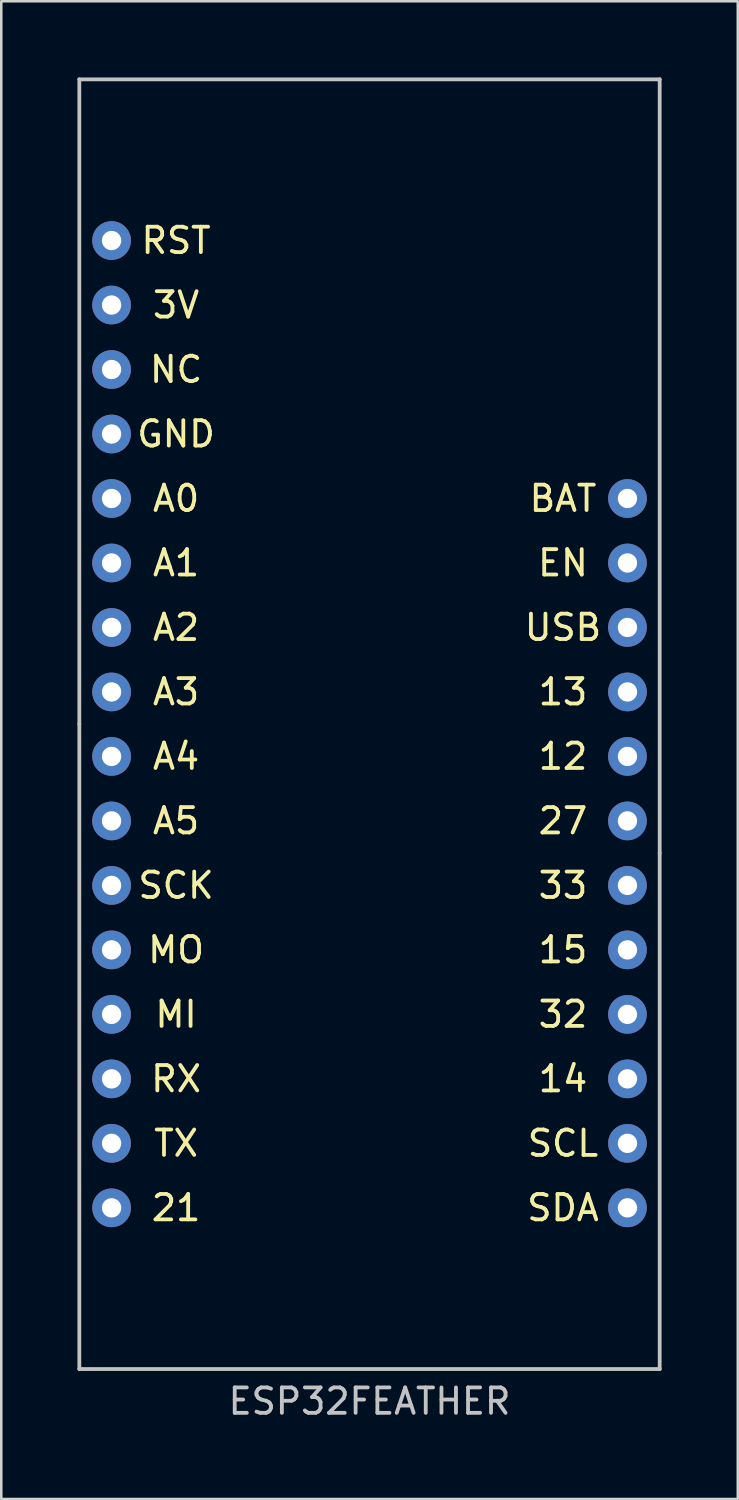
<source format=kicad_pcb>
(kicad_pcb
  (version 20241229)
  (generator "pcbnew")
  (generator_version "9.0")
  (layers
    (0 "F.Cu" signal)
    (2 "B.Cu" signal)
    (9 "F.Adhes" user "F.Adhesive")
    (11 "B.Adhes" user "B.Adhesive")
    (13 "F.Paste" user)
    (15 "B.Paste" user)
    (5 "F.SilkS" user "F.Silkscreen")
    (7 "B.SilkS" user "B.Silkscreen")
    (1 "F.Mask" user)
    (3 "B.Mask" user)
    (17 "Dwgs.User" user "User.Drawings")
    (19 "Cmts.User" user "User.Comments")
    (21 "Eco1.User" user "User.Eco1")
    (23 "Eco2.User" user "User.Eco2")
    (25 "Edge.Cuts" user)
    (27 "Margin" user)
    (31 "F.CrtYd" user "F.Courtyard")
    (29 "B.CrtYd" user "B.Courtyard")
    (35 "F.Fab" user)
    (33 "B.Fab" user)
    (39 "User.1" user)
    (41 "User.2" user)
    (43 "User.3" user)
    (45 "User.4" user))
  (footprint "ESP32FEATHER"
    (layer "F.Cu")
    (at 11.505 47.065)
    (property "Reference" "ESP32FEATHER" (at 0 5.08 0) (layer "Dwgs.User") (effects (font (size 1 1) (thickness 0.15))))
    (attr through_hole)
    (fp_line (start -11.43 -21.59) (end -11.43 -46.99) (stroke (width 0.15) (type solid)) (layer "Dwgs.User"))
    (fp_line (start -11.43 -21.59) (end -11.43 3.81) (stroke (width 0.15) (type solid)) (layer "Dwgs.User"))
    (fp_line (start -11.43 3.81) (end 11.43 3.81) (stroke (width 0.15) (type solid)) (layer "Dwgs.User"))
    (fp_line (start 11.43 -46.99) (end -11.43 -46.99) (stroke (width 0.15) (type solid)) (layer "Dwgs.User"))
    (fp_line (start 11.43 -16.51) (end 11.43 -46.99) (stroke (width 0.15) (type solid)) (layer "Dwgs.User"))
    (fp_line (start 11.43 -16.51) (end 11.43 3.81) (stroke (width 0.15) (type solid)) (layer "Dwgs.User"))
    (fp_text user "32" (at 7.62 -10.16 0) (layer "F.SilkS") (effects (font (size 1 1) (thickness 0.15))))
    (fp_text user "27" (at 7.62 -17.78 0) (layer "F.SilkS") (effects (font (size 1 1) (thickness 0.15))))
    (fp_text user "A4" (at -7.62 -20.32 0) (layer "F.SilkS") (effects (font (size 1 1) (thickness 0.15))))
    (fp_text user "GND" (at -7.62 -33.02 0) (layer "F.SilkS") (effects (font (size 1 1) (thickness 0.15))))
    (fp_text user "SCL" (at 7.62 -5.08 0) (layer "F.SilkS") (effects (font (size 1 1) (thickness 0.15))))
    (fp_text user "RST" (at -7.62 -40.64 0) (layer "F.SilkS") (effects (font (size 1 1) (thickness 0.15))))
    (fp_text user "21" (at -7.62 -2.54 0) (layer "F.SilkS") (effects (font (size 1 1) (thickness 0.15))))
    (fp_text user "A3" (at -7.62 -22.86 0) (layer "F.SilkS") (effects (font (size 1 1) (thickness 0.15))))
    (fp_text user "3V" (at -7.62 -38.1 0) (layer "F.SilkS") (effects (font (size 1 1) (thickness 0.15))))
    (fp_text user "NC" (at -7.62 -35.56 0) (layer "F.SilkS") (effects (font (size 1 1) (thickness 0.15))))
    (fp_text user "15" (at 7.62 -12.7 0) (layer "F.SilkS") (effects (font (size 1 1) (thickness 0.15))))
    (fp_text user "MO" (at -7.62 -12.7 0) (layer "F.SilkS") (effects (font (size 1 1) (thickness 0.15))))
    (fp_text user "SCK" (at -7.62 -15.24 0) (layer "F.SilkS") (effects (font (size 1 1) (thickness 0.15))))
    (fp_text user "33" (at 7.62 -15.24 0) (layer "F.SilkS") (effects (font (size 1 1) (thickness 0.15))))
    (fp_text user "A1" (at -7.62 -27.94 0) (layer "F.SilkS") (effects (font (size 1 1) (thickness 0.15))))
    (fp_text user "USB" (at 7.62 -25.4 0) (layer "F.SilkS") (effects (font (size 1 1) (thickness 0.15))))
    (fp_text user "MI" (at -7.62 -10.16 0) (layer "F.SilkS") (effects (font (size 1 1) (thickness 0.15))))
    (fp_text user "A5" (at -7.62 -17.78 0) (layer "F.SilkS") (effects (font (size 1 1) (thickness 0.15))))
    (fp_text user "RX" (at -7.62 -7.62 0) (layer "F.SilkS") (effects (font (size 1 1) (thickness 0.15))))
    (fp_text user "14" (at 7.62 -7.62 0) (layer "F.SilkS") (effects (font (size 1 1) (thickness 0.15))))
    (fp_text user "BAT" (at 7.62 -30.48 0) (layer "F.SilkS") (effects (font (size 1 1) (thickness 0.15))))
    (fp_text user "A0" (at -7.62 -30.48 0) (layer "F.SilkS") (effects (font (size 1 1) (thickness 0.15))))
    (fp_text user "12" (at 7.62 -20.32 0) (layer "F.SilkS") (effects (font (size 1 1) (thickness 0.15))))
    (fp_text user "TX" (at -7.62 -5.08 0) (layer "F.SilkS") (effects (font (size 1 1) (thickness 0.15))))
    (fp_text user "SDA" (at 7.62 -2.54 0) (layer "F.SilkS") (effects (font (size 1 1) (thickness 0.15))))
    (fp_text user "EN" (at 7.62 -27.94 0) (layer "F.SilkS") (effects (font (size 1 1) (thickness 0.15))))
    (fp_text user "13" (at 7.62 -22.86 0) (layer "F.SilkS") (effects (font (size 1 1) (thickness 0.15))))
    (fp_text user "A2" (at -7.62 -25.4 0) (layer "F.SilkS") (effects (font (size 1 1) (thickness 0.15))))
    (pad "1" thru_hole circle (at -10.16 -2.54) (size 1.524 1.524) (drill 0.762) (layers "*.Cu" "*.Mask"))
    (pad "2" thru_hole circle (at -10.16 -5.08) (size 1.524 1.524) (drill 0.762) (layers "*.Cu" "*.Mask"))
    (pad "3" thru_hole circle (at -10.16 -7.62) (size 1.524 1.524) (drill 0.762) (layers "*.Cu" "*.Mask"))
    (pad "4" thru_hole circle (at -10.16 -10.16) (size 1.524 1.524) (drill 0.762) (layers "*.Cu" "*.Mask"))
    (pad "5" thru_hole circle (at -10.16 -12.7) (size 1.524 1.524) (drill 0.762) (layers "*.Cu" "*.Mask"))
    (pad "6" thru_hole circle (at -10.16 -15.24) (size 1.524 1.524) (drill 0.762) (layers "*.Cu" "*.Mask"))
    (pad "7" thru_hole circle (at -10.16 -17.78) (size 1.524 1.524) (drill 0.762) (layers "*.Cu" "*.Mask"))
    (pad "8" thru_hole circle (at -10.16 -20.32) (size 1.524 1.524) (drill 0.762) (layers "*.Cu" "*.Mask"))
    (pad "9" thru_hole circle (at -10.16 -22.86) (size 1.524 1.524) (drill 0.762) (layers "*.Cu" "*.Mask"))
    (pad "10" thru_hole circle (at -10.16 -25.4) (size 1.524 1.524) (drill 0.762) (layers "*.Cu" "*.Mask"))
    (pad "11" thru_hole circle (at -10.16 -27.94) (size 1.524 1.524) (drill 0.762) (layers "*.Cu" "*.Mask"))
    (pad "12" thru_hole circle (at -10.16 -30.48) (size 1.524 1.524) (drill 0.762) (layers "*.Cu" "*.Mask"))
    (pad "13" thru_hole circle (at -10.16 -33.02) (size 1.524 1.524) (drill 0.762) (layers "*.Cu" "*.Mask"))
    (pad "14" thru_hole circle (at -10.16 -35.56) (size 1.524 1.524) (drill 0.762) (layers "*.Cu" "*.Mask"))
    (pad "15" thru_hole circle (at -10.16 -38.1) (size 1.524 1.524) (drill 0.762) (layers "*.Cu" "*.Mask"))
    (pad "16" thru_hole circle (at -10.16 -40.64) (size 1.524 1.524) (drill 0.762) (layers "*.Cu" "*.Mask"))
    (pad "17" thru_hole circle (at 10.16 -2.54) (size 1.524 1.524) (drill 0.762) (layers "*.Cu" "*.Mask"))
    (pad "18" thru_hole circle (at 10.16 -5.08) (size 1.524 1.524) (drill 0.762) (layers "*.Cu" "*.Mask"))
    (pad "19" thru_hole circle (at 10.16 -7.62) (size 1.524 1.524) (drill 0.762) (layers "*.Cu" "*.Mask"))
    (pad "20" thru_hole circle (at 10.16 -10.16) (size 1.524 1.524) (drill 0.762) (layers "*.Cu" "*.Mask"))
    (pad "21" thru_hole circle (at 10.16 -12.7) (size 1.524 1.524) (drill 0.762) (layers "*.Cu" "*.Mask"))
    (pad "22" thru_hole circle (at 10.16 -15.24) (size 1.524 1.524) (drill 0.762) (layers "*.Cu" "*.Mask"))
    (pad "23" thru_hole circle (at 10.16 -17.78) (size 1.524 1.524) (drill 0.762) (layers "*.Cu" "*.Mask"))
    (pad "24" thru_hole circle (at 10.16 -20.32) (size 1.524 1.524) (drill 0.762) (layers "*.Cu" "*.Mask"))
    (pad "25" thru_hole circle (at 10.16 -22.86) (size 1.524 1.524) (drill 0.762) (layers "*.Cu" "*.Mask"))
    (pad "26" thru_hole circle (at 10.16 -25.4) (size 1.524 1.524) (drill 0.762) (layers "*.Cu" "*.Mask"))
    (pad "27" thru_hole circle (at 10.16 -27.94) (size 1.524 1.524) (drill 0.762) (layers "*.Cu" "*.Mask"))
    (pad "28" thru_hole circle (at 10.16 -30.48) (size 1.524 1.524) (drill 0.762) (layers "*.Cu" "*.Mask")))
  (gr_rect
    (start -3 -3)
    (end 26.01 55.993)
    (stroke (width 0.1) (type default))
    (fill no)
    (layer "Edge.Cuts")))
</source>
